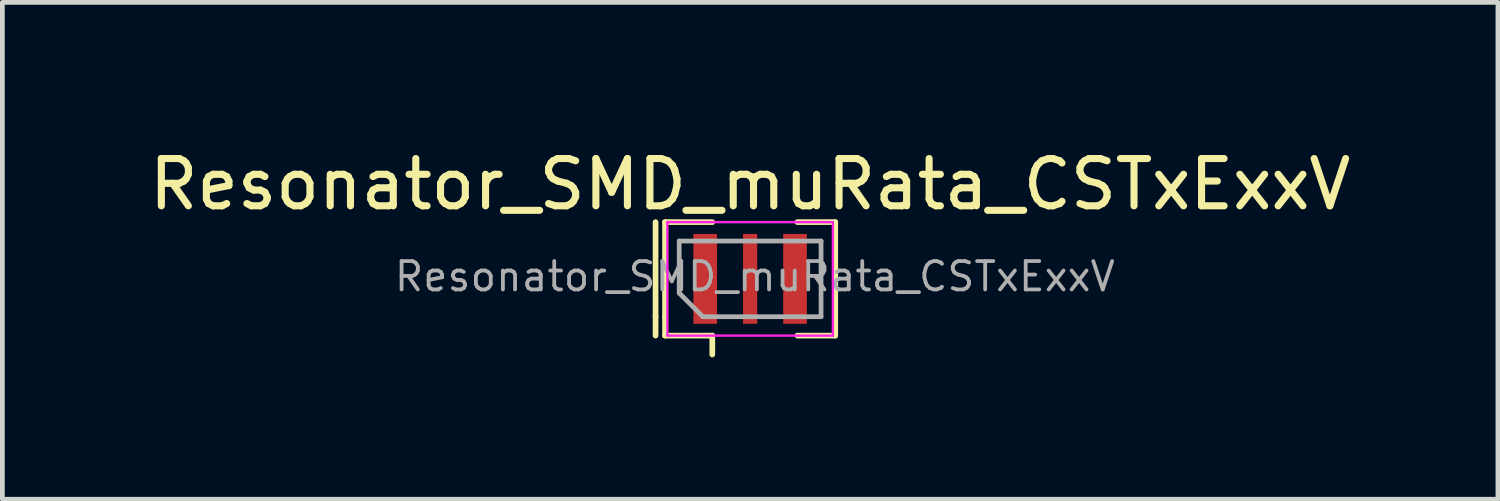
<source format=kicad_pcb>
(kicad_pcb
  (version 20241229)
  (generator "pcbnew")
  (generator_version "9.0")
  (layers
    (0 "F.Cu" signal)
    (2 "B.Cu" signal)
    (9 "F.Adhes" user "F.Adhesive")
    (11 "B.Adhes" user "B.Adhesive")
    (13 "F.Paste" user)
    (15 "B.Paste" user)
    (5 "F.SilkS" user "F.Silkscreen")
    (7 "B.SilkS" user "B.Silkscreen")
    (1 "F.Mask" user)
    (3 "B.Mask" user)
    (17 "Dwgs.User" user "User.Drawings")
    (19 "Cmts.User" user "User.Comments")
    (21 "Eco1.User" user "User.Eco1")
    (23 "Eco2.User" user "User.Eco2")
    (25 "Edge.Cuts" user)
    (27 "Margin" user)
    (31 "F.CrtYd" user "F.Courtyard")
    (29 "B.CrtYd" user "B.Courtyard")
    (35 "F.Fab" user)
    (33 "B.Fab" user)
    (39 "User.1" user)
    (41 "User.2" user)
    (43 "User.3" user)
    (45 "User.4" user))
  (footprint "Resonator_SMD_muRata_CSTxExxV"
    (layer "F.Cu")
    (at 12.815 2.848)
    (property "Reference" "Resonator_SMD_muRata_CSTxExxV" (at 0 -2 180) (layer "F.SilkS") (effects (font (size 1 1) (thickness 0.15))))
    (attr smd)
    (fp_line (start -2 -1.2) (end -2 0.8) (stroke (width 0.12) (type solid)) (layer "F.SilkS"))
    (fp_line (start -2 0.8) (end -2 1.2) (stroke (width 0.12) (type solid)) (layer "F.SilkS"))
    (fp_line (start -1.8 -1.2) (end -0.8 -1.2) (stroke (width 0.12) (type solid)) (layer "F.SilkS"))
    (fp_line (start -1.8 0.8) (end -1.8 -1.2) (stroke (width 0.12) (type solid)) (layer "F.SilkS"))
    (fp_line (start -1.8 0.8) (end -1.8 1.2) (stroke (width 0.12) (type solid)) (layer "F.SilkS"))
    (fp_line (start -0.8 1.2) (end -1.8 1.2) (stroke (width 0.12) (type solid)) (layer "F.SilkS"))
    (fp_line (start -0.8 1.2) (end -0.8 1.6) (stroke (width 0.12) (type solid)) (layer "F.SilkS"))
    (fp_line (start 1 -1.2) (end 1.8 -1.2) (stroke (width 0.12) (type solid)) (layer "F.SilkS"))
    (fp_line (start 1.8 -1.2) (end 1.8 0.8) (stroke (width 0.12) (type solid)) (layer "F.SilkS"))
    (fp_line (start 1.8 0.8) (end 1.8 1.2) (stroke (width 0.12) (type solid)) (layer "F.SilkS"))
    (fp_line (start 1.8 1.2) (end 1 1.2) (stroke (width 0.12) (type solid)) (layer "F.SilkS"))
    (fp_line (start -1.75 -1.2) (end 1.75 -1.2) (stroke (width 0.05) (type solid)) (layer "F.CrtYd"))
    (fp_line (start -1.75 1.2) (end -1.75 -1.2) (stroke (width 0.05) (type solid)) (layer "F.CrtYd"))
    (fp_line (start 1.75 -1.2) (end 1.75 1.2) (stroke (width 0.05) (type solid)) (layer "F.CrtYd"))
    (fp_line (start 1.75 1.2) (end -1.75 1.2) (stroke (width 0.05) (type solid)) (layer "F.CrtYd"))
    (fp_line (start -1.5 0.3) (end -1.5 -0.8) (stroke (width 0.1) (type solid)) (layer "F.Fab"))
    (fp_line (start -1 0.8) (end -1.5 0.3) (stroke (width 0.1) (type solid)) (layer "F.Fab"))
    (fp_line (start -1 0.8) (end 1.5 0.8) (stroke (width 0.1) (type solid)) (layer "F.Fab"))
    (fp_line (start 1.5 -0.8) (end -1.5 -0.8) (stroke (width 0.1) (type solid)) (layer "F.Fab"))
    (fp_line (start 1.5 0.8) (end 1.5 -0.8) (stroke (width 0.1) (type solid)) (layer "F.Fab"))
    (fp_text user "${REFERENCE}" (at 0.1 -0.05 180) (layer "F.Fab") (effects (font (size 0.6 0.6) (thickness 0.08))))
    (pad "1" smd rect (at -0.95 0) (size 0.5 1.9) (layers "F.Cu" "F.Mask" "F.Paste"))
    (pad "2" smd rect (at 0 0) (size 0.3 1.9) (layers "F.Cu" "F.Mask" "F.Paste"))
    (pad "3" smd rect (at 0.95 0) (size 0.5 1.9) (layers "F.Cu" "F.Mask" "F.Paste")))
  (gr_rect
    (start -3 -3)
    (end 28.631 7.508)
    (stroke (width 0.1) (type default))
    (fill no)
    (layer "Edge.Cuts")))
</source>
